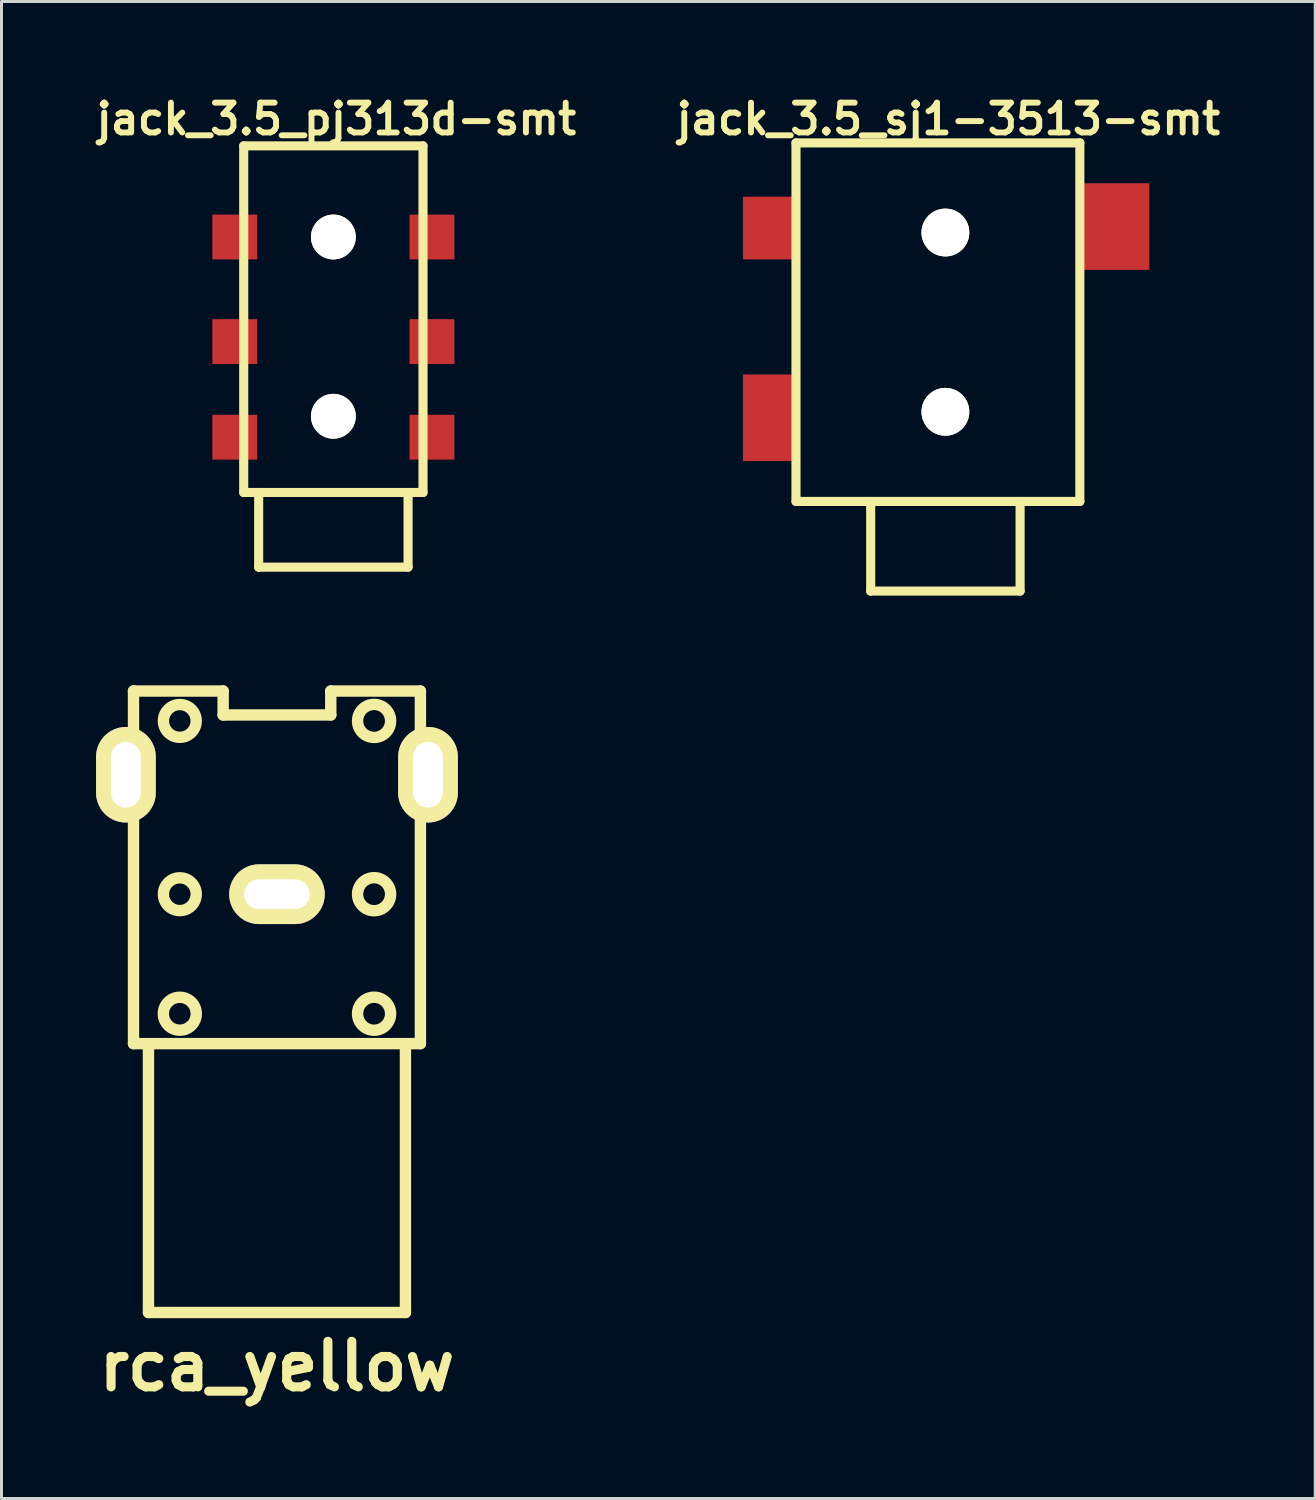
<source format=kicad_pcb>
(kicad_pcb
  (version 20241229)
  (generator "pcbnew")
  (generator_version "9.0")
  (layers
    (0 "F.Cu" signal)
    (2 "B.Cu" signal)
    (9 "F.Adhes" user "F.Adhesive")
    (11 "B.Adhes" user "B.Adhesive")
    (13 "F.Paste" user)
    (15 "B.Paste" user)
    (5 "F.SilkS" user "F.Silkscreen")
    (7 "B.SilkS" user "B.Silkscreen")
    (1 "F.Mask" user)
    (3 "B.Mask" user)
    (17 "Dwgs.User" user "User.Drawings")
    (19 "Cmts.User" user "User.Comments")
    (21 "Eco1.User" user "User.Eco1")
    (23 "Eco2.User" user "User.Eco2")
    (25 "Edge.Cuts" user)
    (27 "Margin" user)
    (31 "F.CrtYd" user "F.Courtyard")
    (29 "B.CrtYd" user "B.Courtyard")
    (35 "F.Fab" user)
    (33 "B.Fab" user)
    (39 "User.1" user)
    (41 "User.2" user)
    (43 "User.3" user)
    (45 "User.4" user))
  (footprint "jack_3.5_pj313d-smt"
    (layer "F.Cu")
    (at 8.107 7.632)
    (property "Reference" "jack_3.5_pj313d-smt" (at 0.1 -6.7 0) (layer "F.SilkS") (effects (font (size 0.998 0.998) (thickness 0.198))))
    (attr through_hole)
    (fp_line (start -3 -5.8) (end -3 5.8) (stroke (width 0.305) (type solid)) (layer "F.SilkS"))
    (fp_line (start -3 -5.8) (end 3 -5.8) (stroke (width 0.305) (type solid)) (layer "F.SilkS"))
    (fp_line (start -3 5.8) (end 3 5.8) (stroke (width 0.305) (type solid)) (layer "F.SilkS"))
    (fp_line (start -2.5 5.8) (end -2.5 8.3) (stroke (width 0.305) (type solid)) (layer "F.SilkS"))
    (fp_line (start -2.5 8.3) (end 2.5 8.3) (stroke (width 0.305) (type solid)) (layer "F.SilkS"))
    (fp_line (start 2.5 5.8) (end 2.5 8.3) (stroke (width 0.305) (type solid)) (layer "F.SilkS"))
    (fp_line (start 3 -5.8) (end 3 5.8) (stroke (width 0.305) (type solid)) (layer "F.SilkS"))
    (pad "" np_thru_hole circle (at 0 -2.75) (size 1.5 1.5) (drill 1.5) (layers "*.Cu" "*.Mask" "F.SilkS"))
    (pad "" np_thru_hole circle (at 0 3.25) (size 1.5 1.5) (drill 1.5) (layers "*.Cu" "*.Mask" "F.SilkS"))
    (pad "1" smd rect (at -3.3 3.95) (size 1.5 1.5) (layers "F.Cu" "F.Mask" "F.Paste"))
    (pad "1" smd rect (at 3.3 3.95) (size 1.5 1.5) (layers "F.Cu" "F.Mask" "F.Paste"))
    (pad "2" smd rect (at -3.3 -2.75) (size 1.5 1.5) (layers "F.Cu" "F.Mask" "F.Paste"))
    (pad "2" smd rect (at 3.3 -2.75) (size 1.5 1.5) (layers "F.Cu" "F.Mask" "F.Paste"))
    (pad "3" smd rect (at -3.3 0.75) (size 1.5 1.5) (layers "F.Cu" "F.Mask" "F.Paste"))
    (pad "3" smd rect (at 3.3 0.75) (size 1.5 1.5) (layers "F.Cu" "F.Mask" "F.Paste")))
  (footprint "jack_3.5_sj1-3513-smt"
    (layer "F.Cu")
    (at 28.59 7.632)
    (property "Reference" "jack_3.5_sj1-3513-smt" (at 0.1 -6.7 0) (layer "F.SilkS") (effects (font (size 0.998 0.998) (thickness 0.198))))
    (attr through_hole)
    (fp_line (start -5 -5.9) (end 4.5 -5.9) (stroke (width 0.305) (type solid)) (layer "F.SilkS"))
    (fp_line (start -5 6.1) (end -5 -5.9) (stroke (width 0.305) (type solid)) (layer "F.SilkS"))
    (fp_line (start -2.5 6.1) (end -2.5 9.1) (stroke (width 0.305) (type solid)) (layer "F.SilkS"))
    (fp_line (start -2.5 9.1) (end 2.5 9.1) (stroke (width 0.305) (type solid)) (layer "F.SilkS"))
    (fp_line (start 2.5 9.1) (end 2.5 6.1) (stroke (width 0.305) (type solid)) (layer "F.SilkS"))
    (fp_line (start 4.5 -5.9) (end 4.5 6.1) (stroke (width 0.305) (type solid)) (layer "F.SilkS"))
    (fp_line (start 4.5 6.1) (end -5 6.1) (stroke (width 0.305) (type solid)) (layer "F.SilkS"))
    (pad "" np_thru_hole circle (at 0 -2.9) (size 1.6 1.6) (drill 1.6) (layers "*.Cu" "*.Mask" "F.SilkS"))
    (pad "" np_thru_hole circle (at 0 3.1) (size 1.6 1.6) (drill 1.6) (layers "*.Cu" "*.Mask" "F.SilkS"))
    (pad "1" smd rect (at -5.9 3.3) (size 1.75 2.9) (layers "F.Cu" "F.Mask" "F.Paste"))
    (pad "2" smd rect (at 5.7 -3.1) (size 2.25 2.9) (layers "F.Cu" "F.Mask" "F.Paste"))
    (pad "3" smd rect (at -5.9 -3.05) (size 1.75 2.1) (layers "F.Cu" "F.Mask" "F.Paste")))
  (footprint "rca_yellow"
    (layer "F.Cu")
    (at 6.219 26.877)
    (property "Reference" "rca_yellow" (at 0 15.799 0) (layer "F.SilkS") (effects (font (size 1.524 1.524) (thickness 0.305))))
    (attr through_hole)
    (fp_line (start -5.4 -4.9) (end -4.801 -4.9) (stroke (width 0.381) (type solid)) (layer "F.SilkS"))
    (fp_line (start -5.4 -3.099) (end -5.4 -4.9) (stroke (width 0.381) (type solid)) (layer "F.SilkS"))
    (fp_line (start -4.801 -6.8) (end -1.801 -6.8) (stroke (width 0.381) (type solid)) (layer "F.SilkS"))
    (fp_line (start -4.801 -3.099) (end -5.4 -3.099) (stroke (width 0.381) (type solid)) (layer "F.SilkS"))
    (fp_line (start -4.801 4.999) (end -4.801 -6.802) (stroke (width 0.381) (type solid)) (layer "F.SilkS"))
    (fp_line (start -4.3 5.001) (end -4.3 14) (stroke (width 0.381) (type solid)) (layer "F.SilkS"))
    (fp_line (start -4.3 14) (end 4.3 14) (stroke (width 0.381) (type solid)) (layer "F.SilkS"))
    (fp_line (start -1.801 -6.8) (end -1.801 -5.999) (stroke (width 0.381) (type solid)) (layer "F.SilkS"))
    (fp_line (start -1.801 -5.999) (end 1.801 -5.999) (stroke (width 0.381) (type solid)) (layer "F.SilkS"))
    (fp_line (start 1.801 -6.8) (end 4.801 -6.8) (stroke (width 0.381) (type solid)) (layer "F.SilkS"))
    (fp_line (start 1.801 -5.999) (end 1.801 -6.8) (stroke (width 0.381) (type solid)) (layer "F.SilkS"))
    (fp_line (start 4.3 14) (end 4.3 5.001) (stroke (width 0.381) (type solid)) (layer "F.SilkS"))
    (fp_line (start 4.801 -6.8) (end 4.801 5.001) (stroke (width 0.381) (type solid)) (layer "F.SilkS"))
    (fp_line (start 4.801 -4.9) (end 5.4 -4.9) (stroke (width 0.381) (type solid)) (layer "F.SilkS"))
    (fp_line (start 4.801 5.001) (end -4.801 5.001) (stroke (width 0.381) (type solid)) (layer "F.SilkS"))
    (fp_line (start 5.4 -4.9) (end 5.4 -3.099) (stroke (width 0.381) (type solid)) (layer "F.SilkS"))
    (fp_line (start 5.4 -3.099) (end 4.801 -3.099) (stroke (width 0.381) (type solid)) (layer "F.SilkS"))
    (fp_circle (center -3.251 -5.799) (end -3.8 -5.799) (stroke (width 0.381) (type solid)) (fill no) (layer "F.SilkS"))
    (fp_circle (center -3.251 0) (end -3.8 0) (stroke (width 0.381) (type solid)) (fill no) (layer "F.SilkS"))
    (fp_circle (center -3.251 4) (end -3.8 3.95) (stroke (width 0.381) (type solid)) (fill no) (layer "F.SilkS"))
    (fp_circle (center 3.251 -5.799) (end 2.7 -5.85) (stroke (width 0.381) (type solid)) (fill no) (layer "F.SilkS"))
    (fp_circle (center 3.251 0) (end 2.7 -0.051) (stroke (width 0.381) (type solid)) (fill no) (layer "F.SilkS"))
    (fp_circle (center 3.251 4) (end 2.7 4.049) (stroke (width 0.381) (type solid)) (fill no) (layer "F.SilkS"))
    (pad "1" thru_hole oval (at 0 0) (size 3.198 1.999) (drill oval 2.197 0.996) (layers "*.Cu" "*.Mask" "F.SilkS"))
    (pad "2" thru_hole oval (at -5.055 -3.998) (size 1.999 3.198) (drill oval 0.996 2.197) (layers "*.Cu" "*.Mask" "F.SilkS"))
    (pad "2" thru_hole oval (at 5.055 -3.998) (size 1.999 3.198) (drill oval 0.996 2.197) (layers "*.Cu" "*.Mask" "F.SilkS")))
  (gr_rect
    (start -3 -3)
    (end 40.967 47.102)
    (stroke (width 0.1) (type default))
    (fill no)
    (layer "Edge.Cuts")))
</source>
